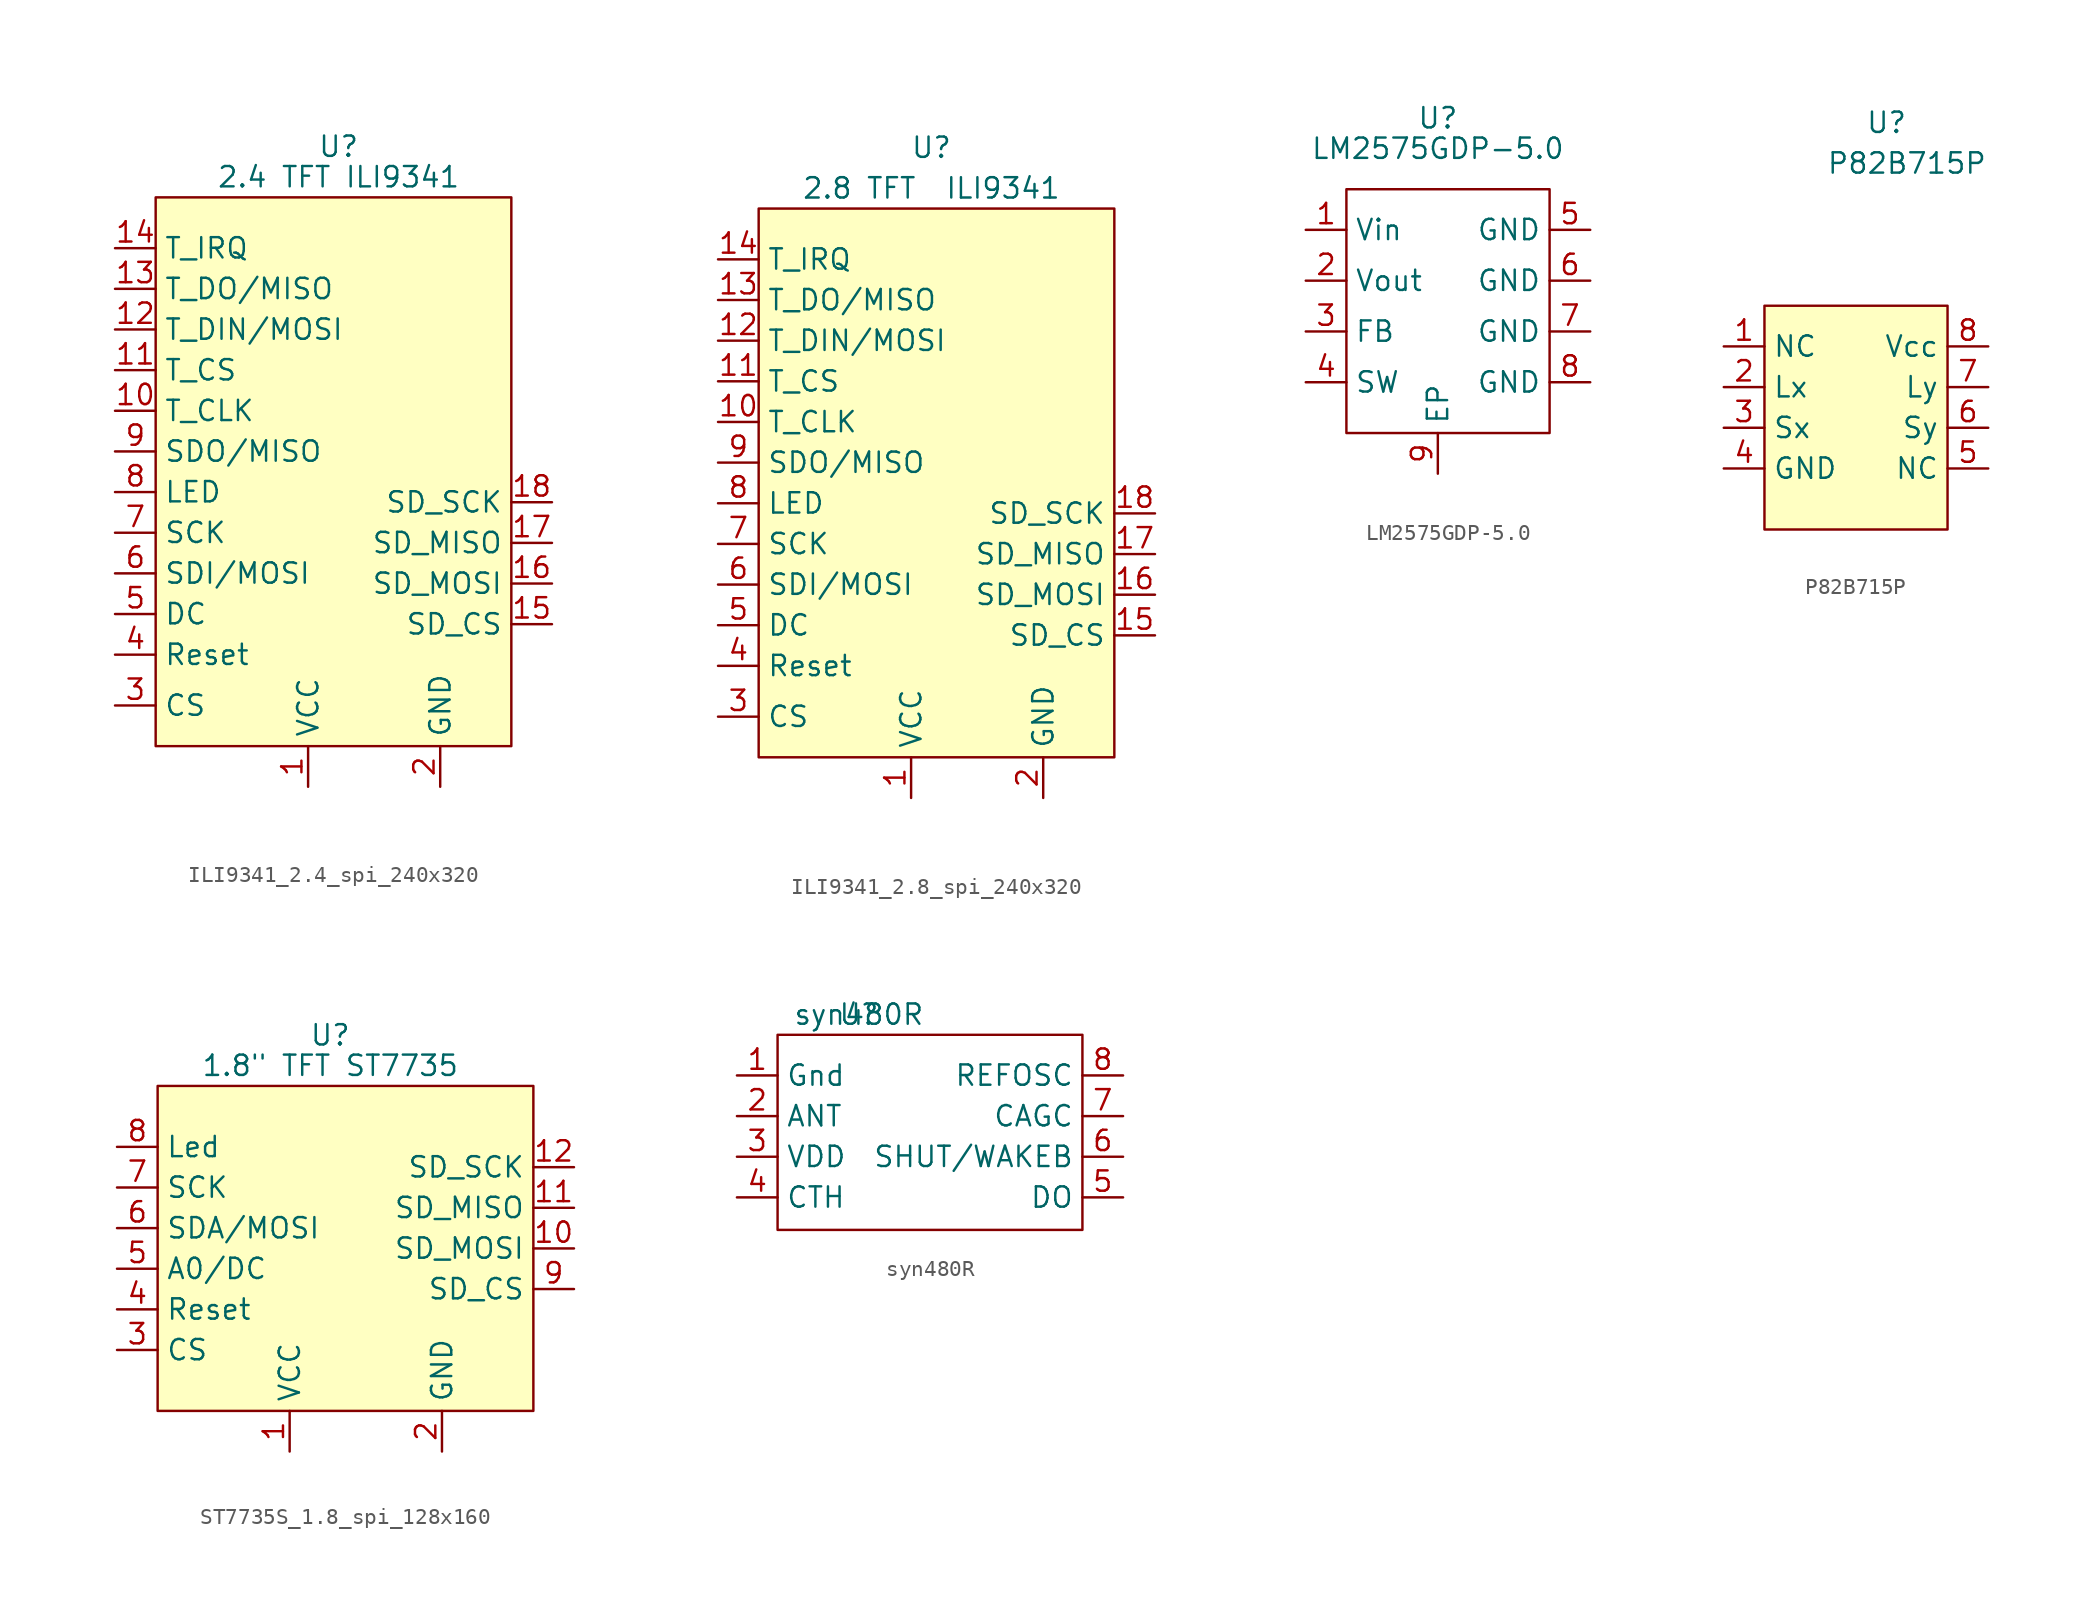
<source format=kicad_sym>
(kicad_symbol_lib
  (version 20231120)
  (generator "kicad_symbol_editor")
  (generator_version "8.0")
  (symbol "ILI9341_2.4_spi_240x320"
    (property "Reference" "U"
      (at 0 -1.905 0)
      (effects (font (size 1.27 1.27))))
    (property "Value" "2.4 TFT ILI9341"
      (at 0 -3.81 0)
      (effects (font (size 1.27 1.27))))
    (symbol "ILI9341_2.4_spi_240x320_1_1"
      (rectangle (start -11.43 -5.08) (end 10.795 -39.37) (stroke (width 0) (type default)) (fill (type background)))
      (pin input line (at -1.905 -41.91 90) (length 2.54) (name "VCC" (effects (font (size 1.27 1.27)))) (number "1" (effects (font (size 1.27 1.27)))))
      (pin input line (at -13.97 -18.415 0) (length 2.54) (name "T_CLK" (effects (font (size 1.27 1.27)))) (number "10" (effects (font (size 1.27 1.27)))))
      (pin input line (at -13.97 -15.875 0) (length 2.54) (name "T_CS" (effects (font (size 1.27 1.27)))) (number "11" (effects (font (size 1.27 1.27)))))
      (pin input line (at -13.97 -13.335 0) (length 2.54) (name "T_DIN/MOSI" (effects (font (size 1.27 1.27)))) (number "12" (effects (font (size 1.27 1.27)))))
      (pin input line (at -13.97 -10.795 0) (length 2.54) (name "T_DO/MISO" (effects (font (size 1.27 1.27)))) (number "13" (effects (font (size 1.27 1.27)))))
      (pin input line (at -13.97 -8.255 0) (length 2.54) (name "T_IRQ" (effects (font (size 1.27 1.27)))) (number "14" (effects (font (size 1.27 1.27)))))
      (pin input line (at 13.335 -31.75 180) (length 2.54) (name "SD_CS" (effects (font (size 1.27 1.27)))) (number "15" (effects (font (size 1.27 1.27)))))
      (pin input line (at 13.335 -29.21 180) (length 2.54) (name "SD_MOSI" (effects (font (size 1.27 1.27)))) (number "16" (effects (font (size 1.27 1.27)))))
      (pin input line (at 13.335 -26.67 180) (length 2.54) (name "SD_MISO" (effects (font (size 1.27 1.27)))) (number "17" (effects (font (size 1.27 1.27)))))
      (pin input line (at 13.335 -24.13 180) (length 2.54) (name "SD_SCK" (effects (font (size 1.27 1.27)))) (number "18" (effects (font (size 1.27 1.27)))))
      (pin input line (at 6.35 -41.91 90) (length 2.54) (name "GND" (effects (font (size 1.27 1.27)))) (number "2" (effects (font (size 1.27 1.27)))))
      (pin input line (at -13.97 -36.83 0) (length 2.54) (name "CS" (effects (font (size 1.27 1.27)))) (number "3" (effects (font (size 1.27 1.27)))))
      (pin input line (at -13.97 -33.655 0) (length 2.54) (name "Reset" (effects (font (size 1.27 1.27)))) (number "4" (effects (font (size 1.27 1.27)))))
      (pin input line (at -13.97 -31.115 0) (length 2.54) (name "DC" (effects (font (size 1.27 1.27)))) (number "5" (effects (font (size 1.27 1.27)))))
      (pin input line (at -13.97 -28.575 0) (length 2.54) (name "SDI/MOSI" (effects (font (size 1.27 1.27)))) (number "6" (effects (font (size 1.27 1.27)))))
      (pin input line (at -13.97 -26.035 0) (length 2.54) (name "SCK" (effects (font (size 1.27 1.27)))) (number "7" (effects (font (size 1.27 1.27)))))
      (pin input line (at -13.97 -23.495 0) (length 2.54) (name "LED" (effects (font (size 1.27 1.27)))) (number "8" (effects (font (size 1.27 1.27)))))
      (pin input line (at -13.97 -20.955 0) (length 2.54) (name "SDO/MISO" (effects (font (size 1.27 1.27)))) (number "9" (effects (font (size 1.27 1.27)))))))
  (symbol "ILI9341_2.8_spi_240x320"
    (property "Reference" "U"
      (at 6.985 -0.635 0)
      (effects (font (size 1.27 1.27))))
    (property "Value" "2.8 TFT  ILI9341"
      (at 6.985 -3.175 0)
      (effects (font (size 1.27 1.27))))
    (symbol "ILI9341_2.8_spi_240x320_1_1"
      (rectangle (start -3.81 -4.445) (end 18.415 -38.735) (stroke (width 0) (type default)) (fill (type background)))
      (pin input line (at 5.715 -41.275 90) (length 2.54) (name "VCC" (effects (font (size 1.27 1.27)))) (number "1" (effects (font (size 1.27 1.27)))))
      (pin input line (at -6.35 -17.78 0) (length 2.54) (name "T_CLK" (effects (font (size 1.27 1.27)))) (number "10" (effects (font (size 1.27 1.27)))))
      (pin input line (at -6.35 -15.24 0) (length 2.54) (name "T_CS" (effects (font (size 1.27 1.27)))) (number "11" (effects (font (size 1.27 1.27)))))
      (pin input line (at -6.35 -12.7 0) (length 2.54) (name "T_DIN/MOSI" (effects (font (size 1.27 1.27)))) (number "12" (effects (font (size 1.27 1.27)))))
      (pin input line (at -6.35 -10.16 0) (length 2.54) (name "T_DO/MISO" (effects (font (size 1.27 1.27)))) (number "13" (effects (font (size 1.27 1.27)))))
      (pin input line (at -6.35 -7.62 0) (length 2.54) (name "T_IRQ" (effects (font (size 1.27 1.27)))) (number "14" (effects (font (size 1.27 1.27)))))
      (pin input line (at 20.955 -31.115 180) (length 2.54) (name "SD_CS" (effects (font (size 1.27 1.27)))) (number "15" (effects (font (size 1.27 1.27)))))
      (pin input line (at 20.955 -28.575 180) (length 2.54) (name "SD_MOSI" (effects (font (size 1.27 1.27)))) (number "16" (effects (font (size 1.27 1.27)))))
      (pin input line (at 20.955 -26.035 180) (length 2.54) (name "SD_MISO" (effects (font (size 1.27 1.27)))) (number "17" (effects (font (size 1.27 1.27)))))
      (pin input line (at 20.955 -23.495 180) (length 2.54) (name "SD_SCK" (effects (font (size 1.27 1.27)))) (number "18" (effects (font (size 1.27 1.27)))))
      (pin input line (at 13.97 -41.275 90) (length 2.54) (name "GND" (effects (font (size 1.27 1.27)))) (number "2" (effects (font (size 1.27 1.27)))))
      (pin input line (at -6.35 -36.195 0) (length 2.54) (name "CS" (effects (font (size 1.27 1.27)))) (number "3" (effects (font (size 1.27 1.27)))))
      (pin input line (at -6.35 -33.02 0) (length 2.54) (name "Reset" (effects (font (size 1.27 1.27)))) (number "4" (effects (font (size 1.27 1.27)))))
      (pin input line (at -6.35 -30.48 0) (length 2.54) (name "DC" (effects (font (size 1.27 1.27)))) (number "5" (effects (font (size 1.27 1.27)))))
      (pin input line (at -6.35 -27.94 0) (length 2.54) (name "SDI/MOSI" (effects (font (size 1.27 1.27)))) (number "6" (effects (font (size 1.27 1.27)))))
      (pin input line (at -6.35 -25.4 0) (length 2.54) (name "SCK" (effects (font (size 1.27 1.27)))) (number "7" (effects (font (size 1.27 1.27)))))
      (pin input line (at -6.35 -22.86 0) (length 2.54) (name "LED" (effects (font (size 1.27 1.27)))) (number "8" (effects (font (size 1.27 1.27)))))
      (pin input line (at -6.35 -20.32 0) (length 2.54) (name "SDO/MISO" (effects (font (size 1.27 1.27)))) (number "9" (effects (font (size 1.27 1.27)))))))
  (symbol "LM2575GDP-5.0"
    (property "Reference" "U"
      (at 0 3.81 0)
      (effects (font (size 1.27 1.27))))
    (property "Value" "LM2575GDP-5.0"
      (at 0 1.905 0)
      (effects (font (size 1.27 1.27))))
    (symbol "LM2575GDP-5.0_0_1"
      (rectangle (start -5.715 -0.635) (end 6.985 -15.875) (stroke (width 0) (type default)) (fill (type none))))
    (symbol "LM2575GDP-5.0_1_1"
      (pin input line (at -8.255 -3.175 0) (length 2.54) (name "Vin" (effects (font (size 1.27 1.27)))) (number "1" (effects (font (size 1.27 1.27)))))
      (pin input line (at -8.255 -6.35 0) (length 2.54) (name "Vout" (effects (font (size 1.27 1.27)))) (number "2" (effects (font (size 1.27 1.27)))))
      (pin input line (at -8.255 -9.525 0) (length 2.54) (name "FB" (effects (font (size 1.27 1.27)))) (number "3" (effects (font (size 1.27 1.27)))))
      (pin input line (at -8.255 -12.7 0) (length 2.54) (name "SW" (effects (font (size 1.27 1.27)))) (number "4" (effects (font (size 1.27 1.27)))))
      (pin input line (at 9.525 -3.175 180) (length 2.54) (name "GND" (effects (font (size 1.27 1.27)))) (number "5" (effects (font (size 1.27 1.27)))))
      (pin input line (at 9.525 -6.35 180) (length 2.54) (name "GND" (effects (font (size 1.27 1.27)))) (number "6" (effects (font (size 1.27 1.27)))))
      (pin input line (at 9.525 -9.525 180) (length 2.54) (name "GND" (effects (font (size 1.27 1.27)))) (number "7" (effects (font (size 1.27 1.27)))))
      (pin input line (at 9.525 -12.7 180) (length 2.54) (name "GND" (effects (font (size 1.27 1.27)))) (number "8" (effects (font (size 1.27 1.27)))))
      (pin input line (at 0 -18.415 90) (length 2.54) (name "EP" (effects (font (size 1.27 1.27)))) (number "9" (effects (font (size 1.27 1.27)))))))
  (symbol "P82B715P"
    (property "Reference" "U"
      (at 0 20.32 0)
      (effects (font (size 1.27 1.27))))
    (property "Value" "P82B715P"
      (at 1.27 17.78 0)
      (effects (font (size 1.27 1.27))))
    (symbol "P82B715P_1_1"
      (rectangle (start -7.62 8.89) (end 3.81 -5.08) (stroke (width 0) (type default)) (fill (type background)))
      (pin free line (at -10.16 6.35 0) (length 2.54) (name "NC" (effects (font (size 1.27 1.27)))) (number "1" (effects (font (size 1.27 1.27)))))
      (pin bidirectional line (at -10.16 3.81 0) (length 2.54) (name "Lx" (effects (font (size 1.27 1.27)))) (number "2" (effects (font (size 1.27 1.27)))))
      (pin bidirectional line (at -10.16 1.27 0) (length 2.54) (name "Sx" (effects (font (size 1.27 1.27)))) (number "3" (effects (font (size 1.27 1.27)))))
      (pin input line (at -10.16 -1.27 0) (length 2.54) (name "GND" (effects (font (size 1.27 1.27)))) (number "4" (effects (font (size 1.27 1.27)))))
      (pin free line (at 6.35 -1.27 180) (length 2.54) (name "NC" (effects (font (size 1.27 1.27)))) (number "5" (effects (font (size 1.27 1.27)))))
      (pin bidirectional line (at 6.35 1.27 180) (length 2.54) (name "Sy" (effects (font (size 1.27 1.27)))) (number "6" (effects (font (size 1.27 1.27)))))
      (pin bidirectional line (at 6.35 3.81 180) (length 2.54) (name "Ly" (effects (font (size 1.27 1.27)))) (number "7" (effects (font (size 1.27 1.27)))))
      (pin input line (at 6.35 6.35 180) (length 2.54) (name "Vcc" (effects (font (size 1.27 1.27)))) (number "8" (effects (font (size 1.27 1.27)))))))
  (symbol "ST7735S_1.8_spi_128x160"
    (property "Reference" "U"
      (at 5.08 8.89 0)
      (effects (font (size 1.27 1.27))))
    (property "Value" "1.8\" TFT ST7735"
      (at 5.08 6.985 0)
      (effects (font (size 1.27 1.27))))
    (symbol "ST7735S_1.8_spi_128x160_1_1"
      (rectangle (start -5.715 5.715) (end 17.78 -14.605) (stroke (width 0) (type default)) (fill (type background)))
      (pin input line (at 2.54 -17.145 90) (length 2.54) (name "VCC" (effects (font (size 1.27 1.27)))) (number "1" (effects (font (size 1.27 1.27)))))
      (pin input line (at 20.32 -4.445 180) (length 2.54) (name "SD_MOSI" (effects (font (size 1.27 1.27)))) (number "10" (effects (font (size 1.27 1.27)))))
      (pin input line (at 20.32 -1.905 180) (length 2.54) (name "SD_MISO" (effects (font (size 1.27 1.27)))) (number "11" (effects (font (size 1.27 1.27)))))
      (pin input line (at 20.32 0.635 180) (length 2.54) (name "SD_SCK" (effects (font (size 1.27 1.27)))) (number "12" (effects (font (size 1.27 1.27)))))
      (pin input line (at 12.065 -17.145 90) (length 2.54) (name "GND" (effects (font (size 1.27 1.27)))) (number "2" (effects (font (size 1.27 1.27)))))
      (pin input line (at -8.255 -10.795 0) (length 2.54) (name "CS" (effects (font (size 1.27 1.27)))) (number "3" (effects (font (size 1.27 1.27)))))
      (pin input line (at -8.255 -8.255 0) (length 2.54) (name "Reset" (effects (font (size 1.27 1.27)))) (number "4" (effects (font (size 1.27 1.27)))))
      (pin input line (at -8.255 -5.715 0) (length 2.54) (name "A0/DC" (effects (font (size 1.27 1.27)))) (number "5" (effects (font (size 1.27 1.27)))))
      (pin input line (at -8.255 -3.175 0) (length 2.54) (name "SDA/MOSI" (effects (font (size 1.27 1.27)))) (number "6" (effects (font (size 1.27 1.27)))))
      (pin input line (at -8.255 -0.635 0) (length 2.54) (name "SCK" (effects (font (size 1.27 1.27)))) (number "7" (effects (font (size 1.27 1.27)))))
      (pin input line (at -8.255 1.905 0) (length 2.54) (name "Led" (effects (font (size 1.27 1.27)))) (number "8" (effects (font (size 1.27 1.27)))))
      (pin input line (at 20.32 -6.985 180) (length 2.54) (name "SD_CS" (effects (font (size 1.27 1.27)))) (number "9" (effects (font (size 1.27 1.27)))))))
  (symbol "syn480R"
    (property "Reference" "U"
      (at 0 0 0)
      (effects (font (size 1.27 1.27))))
    (property "Value" "syn480R"
      (at 0 0 0)
      (effects (font (size 1.27 1.27))))
    (symbol "syn480R_0_1"
      (rectangle (start -5.08 -1.27) (end 13.97 -13.462) (stroke (width 0) (type default)) (fill (type none))))
    (symbol "syn480R_1_1"
      (pin input line (at -7.62 -3.81 0) (length 2.54) (name "Gnd" (effects (font (size 1.27 1.27)))) (number "1" (effects (font (size 1.27 1.27)))))
      (pin input line (at -7.62 -6.35 0) (length 2.54) (name "ANT" (effects (font (size 1.27 1.27)))) (number "2" (effects (font (size 1.27 1.27)))))
      (pin input line (at -7.62 -8.89 0) (length 2.54) (name "VDD" (effects (font (size 1.27 1.27)))) (number "3" (effects (font (size 1.27 1.27)))))
      (pin input line (at -7.62 -11.43 0) (length 2.54) (name "CTH" (effects (font (size 1.27 1.27)))) (number "4" (effects (font (size 1.27 1.27)))))
      (pin input line (at 16.51 -11.43 180) (length 2.54) (name "DO" (effects (font (size 1.27 1.27)))) (number "5" (effects (font (size 1.27 1.27)))))
      (pin input line (at 16.51 -8.89 180) (length 2.54) (name "SHUT/WAKEB" (effects (font (size 1.27 1.27)))) (number "6" (effects (font (size 1.27 1.27)))))
      (pin input line (at 16.51 -6.35 180) (length 2.54) (name "CAGC" (effects (font (size 1.27 1.27)))) (number "7" (effects (font (size 1.27 1.27)))))
      (pin input line (at 16.51 -3.81 180) (length 2.54) (name "REFOSC" (effects (font (size 1.27 1.27)))) (number "8" (effects (font (size 1.27 1.27))))))))
</source>
